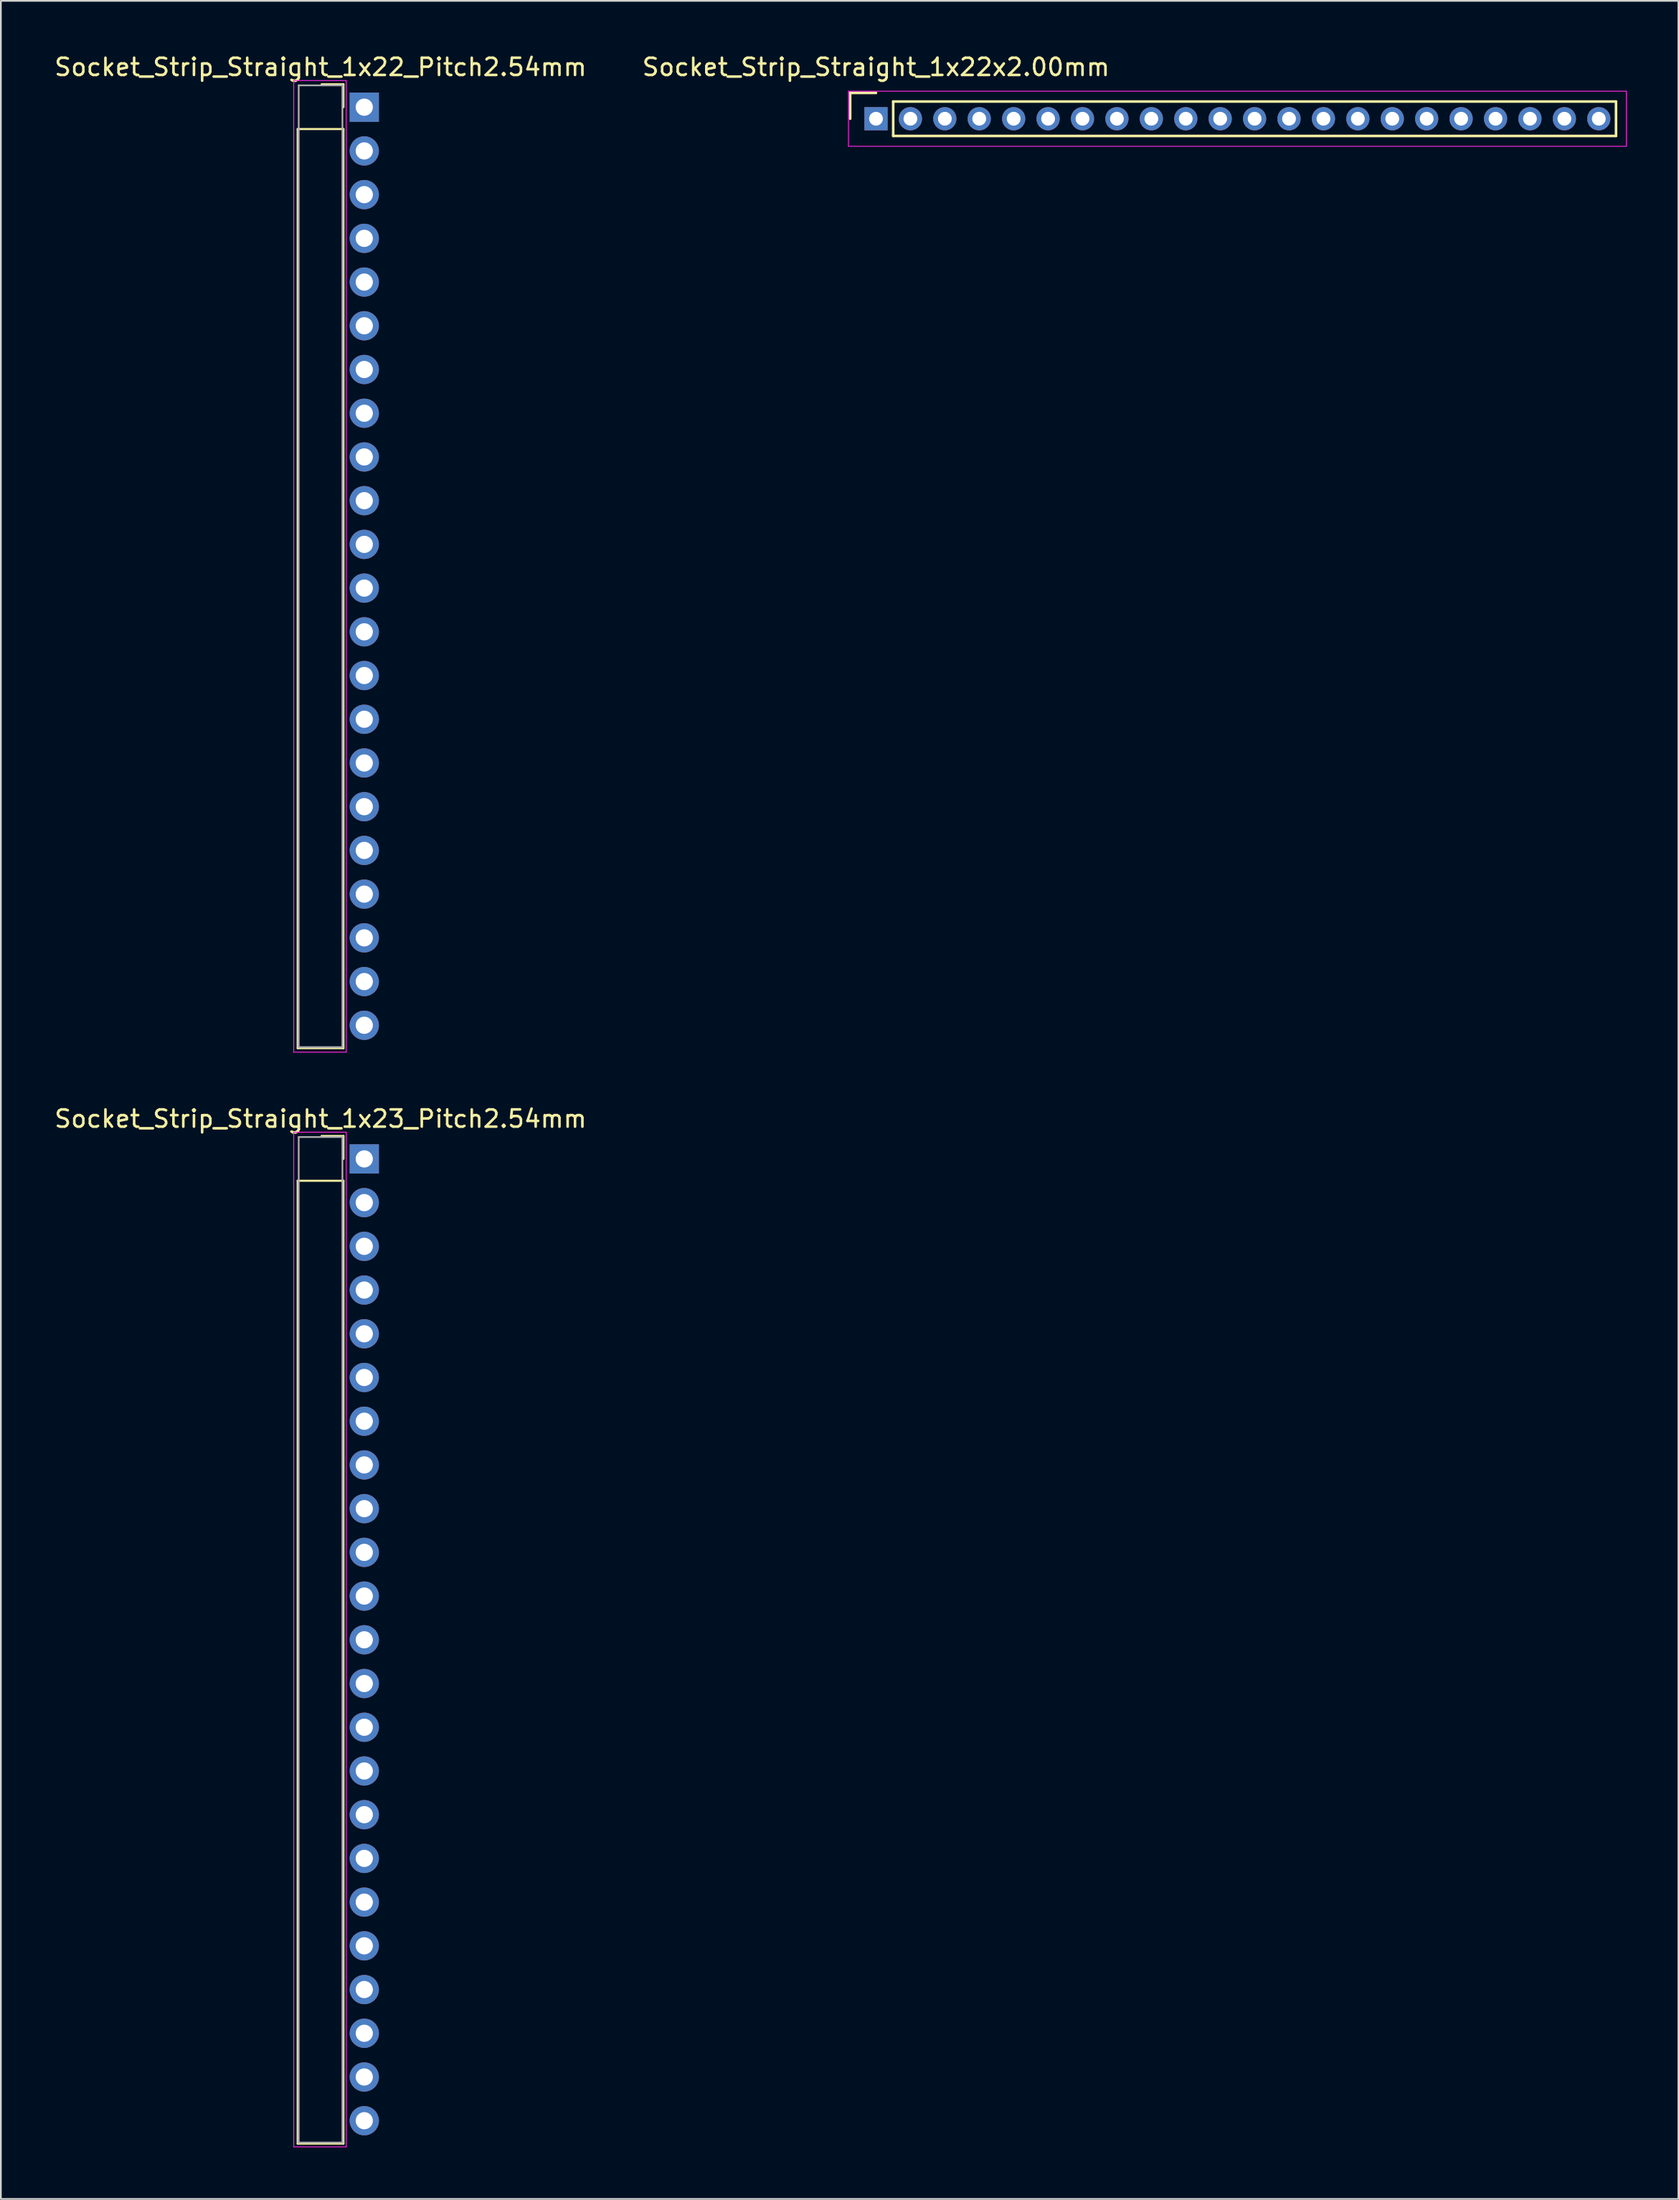
<source format=kicad_pcb>
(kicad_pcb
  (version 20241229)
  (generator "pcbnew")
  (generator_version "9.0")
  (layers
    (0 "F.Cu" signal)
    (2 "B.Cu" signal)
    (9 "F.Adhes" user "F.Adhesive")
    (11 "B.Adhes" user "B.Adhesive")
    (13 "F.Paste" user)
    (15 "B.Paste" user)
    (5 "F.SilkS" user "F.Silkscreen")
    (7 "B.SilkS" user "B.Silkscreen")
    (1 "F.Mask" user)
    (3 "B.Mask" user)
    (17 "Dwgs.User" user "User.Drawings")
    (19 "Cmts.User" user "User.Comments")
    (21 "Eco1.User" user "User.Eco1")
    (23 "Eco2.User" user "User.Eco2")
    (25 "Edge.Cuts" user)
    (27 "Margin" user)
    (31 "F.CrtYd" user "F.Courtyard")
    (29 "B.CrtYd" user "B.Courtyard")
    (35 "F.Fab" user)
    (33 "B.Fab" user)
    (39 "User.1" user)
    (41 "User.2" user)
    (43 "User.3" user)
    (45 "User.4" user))
  (footprint "Socket_Strip_Straight_1x22_Pitch2.54mm"
    (layer "F.Cu")
    (at 18.117 3.178)
    (property "Reference" "Socket_Strip_Straight_1x22_Pitch2.54mm" (at -2.54 -2.33 0) (layer "F.SilkS") (effects (font (size 1 1) (thickness 0.15))))
    (attr through_hole)
    (fp_line (start -3.87 1.27) (end -3.87 54.67) (stroke (width 0.12) (type solid)) (layer "F.SilkS"))
    (fp_line (start -3.87 54.67) (end -1.21 54.67) (stroke (width 0.12) (type solid)) (layer "F.SilkS"))
    (fp_line (start -1.21 -1.33) (end -2.48 -1.33) (stroke (width 0.12) (type solid)) (layer "F.SilkS"))
    (fp_line (start -1.21 0) (end -1.21 -1.33) (stroke (width 0.12) (type solid)) (layer "F.SilkS"))
    (fp_line (start -1.21 1.27) (end -3.87 1.27) (stroke (width 0.12) (type solid)) (layer "F.SilkS"))
    (fp_line (start -1.21 54.67) (end -1.21 1.27) (stroke (width 0.12) (type solid)) (layer "F.SilkS"))
    (fp_line (start -4.1 -1.55) (end -4.1 54.9) (stroke (width 0.05) (type solid)) (layer "F.CrtYd"))
    (fp_line (start -4.1 54.9) (end -1.05 54.9) (stroke (width 0.05) (type solid)) (layer "F.CrtYd"))
    (fp_line (start -1.05 -1.55) (end -4.1 -1.55) (stroke (width 0.05) (type solid)) (layer "F.CrtYd"))
    (fp_line (start -1.05 54.9) (end -1.05 -1.55) (stroke (width 0.05) (type solid)) (layer "F.CrtYd"))
    (fp_line (start -3.81 -1.27) (end -3.81 54.61) (stroke (width 0.1) (type solid)) (layer "F.Fab"))
    (fp_line (start -3.81 54.61) (end -1.27 54.61) (stroke (width 0.1) (type solid)) (layer "F.Fab"))
    (fp_line (start -1.27 -1.27) (end -3.81 -1.27) (stroke (width 0.1) (type solid)) (layer "F.Fab"))
    (fp_line (start -1.27 54.61) (end -1.27 -1.27) (stroke (width 0.1) (type solid)) (layer "F.Fab"))
    (pad "1" thru_hole rect (at 0 0) (size 1.7 1.7) (drill 1) (layers "*.Cu" "*.Mask"))
    (pad "2" thru_hole oval (at 0 2.54) (size 1.7 1.7) (drill 1) (layers "*.Cu" "*.Mask"))
    (pad "3" thru_hole oval (at 0 5.08) (size 1.7 1.7) (drill 1) (layers "*.Cu" "*.Mask"))
    (pad "4" thru_hole oval (at 0 7.62) (size 1.7 1.7) (drill 1) (layers "*.Cu" "*.Mask"))
    (pad "5" thru_hole oval (at 0 10.16) (size 1.7 1.7) (drill 1) (layers "*.Cu" "*.Mask"))
    (pad "6" thru_hole oval (at 0 12.7) (size 1.7 1.7) (drill 1) (layers "*.Cu" "*.Mask"))
    (pad "7" thru_hole oval (at 0 15.24) (size 1.7 1.7) (drill 1) (layers "*.Cu" "*.Mask"))
    (pad "8" thru_hole oval (at 0 17.78) (size 1.7 1.7) (drill 1) (layers "*.Cu" "*.Mask"))
    (pad "9" thru_hole oval (at 0 20.32) (size 1.7 1.7) (drill 1) (layers "*.Cu" "*.Mask"))
    (pad "10" thru_hole oval (at 0 22.86) (size 1.7 1.7) (drill 1) (layers "*.Cu" "*.Mask"))
    (pad "11" thru_hole oval (at 0 25.4) (size 1.7 1.7) (drill 1) (layers "*.Cu" "*.Mask"))
    (pad "12" thru_hole oval (at 0 27.94) (size 1.7 1.7) (drill 1) (layers "*.Cu" "*.Mask"))
    (pad "13" thru_hole oval (at 0 30.48) (size 1.7 1.7) (drill 1) (layers "*.Cu" "*.Mask"))
    (pad "14" thru_hole oval (at 0 33.02) (size 1.7 1.7) (drill 1) (layers "*.Cu" "*.Mask"))
    (pad "15" thru_hole oval (at 0 35.56) (size 1.7 1.7) (drill 1) (layers "*.Cu" "*.Mask"))
    (pad "16" thru_hole oval (at 0 38.1) (size 1.7 1.7) (drill 1) (layers "*.Cu" "*.Mask"))
    (pad "17" thru_hole oval (at 0 40.64) (size 1.7 1.7) (drill 1) (layers "*.Cu" "*.Mask"))
    (pad "18" thru_hole oval (at 0 43.18) (size 1.7 1.7) (drill 1) (layers "*.Cu" "*.Mask"))
    (pad "19" thru_hole oval (at 0 45.72) (size 1.7 1.7) (drill 1) (layers "*.Cu" "*.Mask"))
    (pad "20" thru_hole oval (at 0 48.26) (size 1.7 1.7) (drill 1) (layers "*.Cu" "*.Mask"))
    (pad "21" thru_hole oval (at 0 50.8) (size 1.7 1.7) (drill 1) (layers "*.Cu" "*.Mask"))
    (pad "22" thru_hole oval (at 0 53.34) (size 1.7 1.7) (drill 1) (layers "*.Cu" "*.Mask")))
  (footprint "Socket_Strip_Straight_1x23_Pitch2.54mm"
    (layer "F.Cu")
    (at 18.117 64.281)
    (property "Reference" "Socket_Strip_Straight_1x23_Pitch2.54mm" (at -2.54 -2.33 0) (layer "F.SilkS") (effects (font (size 1 1) (thickness 0.15))))
    (attr through_hole)
    (fp_line (start -3.87 1.27) (end -3.87 57.21) (stroke (width 0.12) (type solid)) (layer "F.SilkS"))
    (fp_line (start -3.87 57.21) (end -1.21 57.21) (stroke (width 0.12) (type solid)) (layer "F.SilkS"))
    (fp_line (start -1.21 -1.33) (end -2.48 -1.33) (stroke (width 0.12) (type solid)) (layer "F.SilkS"))
    (fp_line (start -1.21 0) (end -1.21 -1.33) (stroke (width 0.12) (type solid)) (layer "F.SilkS"))
    (fp_line (start -1.21 1.27) (end -3.87 1.27) (stroke (width 0.12) (type solid)) (layer "F.SilkS"))
    (fp_line (start -1.21 57.21) (end -1.21 1.27) (stroke (width 0.12) (type solid)) (layer "F.SilkS"))
    (fp_line (start -4.1 -1.55) (end -4.1 57.4) (stroke (width 0.05) (type solid)) (layer "F.CrtYd"))
    (fp_line (start -4.1 57.4) (end -1.05 57.4) (stroke (width 0.05) (type solid)) (layer "F.CrtYd"))
    (fp_line (start -1.05 -1.55) (end -4.1 -1.55) (stroke (width 0.05) (type solid)) (layer "F.CrtYd"))
    (fp_line (start -1.05 57.4) (end -1.05 -1.55) (stroke (width 0.05) (type solid)) (layer "F.CrtYd"))
    (fp_line (start -3.81 -1.27) (end -3.81 57.15) (stroke (width 0.1) (type solid)) (layer "F.Fab"))
    (fp_line (start -3.81 57.15) (end -1.27 57.15) (stroke (width 0.1) (type solid)) (layer "F.Fab"))
    (fp_line (start -1.27 -1.27) (end -3.81 -1.27) (stroke (width 0.1) (type solid)) (layer "F.Fab"))
    (fp_line (start -1.27 57.15) (end -1.27 -1.27) (stroke (width 0.1) (type solid)) (layer "F.Fab"))
    (pad "1" thru_hole rect (at 0 0) (size 1.7 1.7) (drill 1) (layers "*.Cu" "*.Mask"))
    (pad "2" thru_hole oval (at 0 2.54) (size 1.7 1.7) (drill 1) (layers "*.Cu" "*.Mask"))
    (pad "3" thru_hole oval (at 0 5.08) (size 1.7 1.7) (drill 1) (layers "*.Cu" "*.Mask"))
    (pad "4" thru_hole oval (at 0 7.62) (size 1.7 1.7) (drill 1) (layers "*.Cu" "*.Mask"))
    (pad "5" thru_hole oval (at 0 10.16) (size 1.7 1.7) (drill 1) (layers "*.Cu" "*.Mask"))
    (pad "6" thru_hole oval (at 0 12.7) (size 1.7 1.7) (drill 1) (layers "*.Cu" "*.Mask"))
    (pad "7" thru_hole oval (at 0 15.24) (size 1.7 1.7) (drill 1) (layers "*.Cu" "*.Mask"))
    (pad "8" thru_hole oval (at 0 17.78) (size 1.7 1.7) (drill 1) (layers "*.Cu" "*.Mask"))
    (pad "9" thru_hole oval (at 0 20.32) (size 1.7 1.7) (drill 1) (layers "*.Cu" "*.Mask"))
    (pad "10" thru_hole oval (at 0 22.86) (size 1.7 1.7) (drill 1) (layers "*.Cu" "*.Mask"))
    (pad "11" thru_hole oval (at 0 25.4) (size 1.7 1.7) (drill 1) (layers "*.Cu" "*.Mask"))
    (pad "12" thru_hole oval (at 0 27.94) (size 1.7 1.7) (drill 1) (layers "*.Cu" "*.Mask"))
    (pad "13" thru_hole oval (at 0 30.48) (size 1.7 1.7) (drill 1) (layers "*.Cu" "*.Mask"))
    (pad "14" thru_hole oval (at 0 33.02) (size 1.7 1.7) (drill 1) (layers "*.Cu" "*.Mask"))
    (pad "15" thru_hole oval (at 0 35.56) (size 1.7 1.7) (drill 1) (layers "*.Cu" "*.Mask"))
    (pad "16" thru_hole oval (at 0 38.1) (size 1.7 1.7) (drill 1) (layers "*.Cu" "*.Mask"))
    (pad "17" thru_hole oval (at 0 40.64) (size 1.7 1.7) (drill 1) (layers "*.Cu" "*.Mask"))
    (pad "18" thru_hole oval (at 0 43.18) (size 1.7 1.7) (drill 1) (layers "*.Cu" "*.Mask"))
    (pad "19" thru_hole oval (at 0 45.72) (size 1.7 1.7) (drill 1) (layers "*.Cu" "*.Mask"))
    (pad "20" thru_hole oval (at 0 48.26) (size 1.7 1.7) (drill 1) (layers "*.Cu" "*.Mask"))
    (pad "21" thru_hole oval (at 0 50.8) (size 1.7 1.7) (drill 1) (layers "*.Cu" "*.Mask"))
    (pad "22" thru_hole oval (at 0 53.34) (size 1.7 1.7) (drill 1) (layers "*.Cu" "*.Mask"))
    (pad "23" thru_hole oval (at 0 55.88) (size 1.7 1.7) (drill 1) (layers "*.Cu" "*.Mask")))
  (footprint "Socket_Strip_Straight_1x22x2.00mm"
    (layer "F.Cu")
    (at 47.851 3.848)
    (property "Reference" "Socket_Strip_Straight_1x22x2.00mm" (at 0 -3 0) (layer "F.SilkS") (effects (font (size 1 1) (thickness 0.15))))
    (attr through_hole)
    (fp_line (start -1.5 -1.5) (end -1.5 0) (stroke (width 0.15) (type solid)) (layer "F.SilkS"))
    (fp_line (start 0 -1.5) (end -1.5 -1.5) (stroke (width 0.15) (type solid)) (layer "F.SilkS"))
    (fp_line (start 1 -1) (end 1 1) (stroke (width 0.15) (type solid)) (layer "F.SilkS"))
    (fp_line (start 1 1) (end 43 1) (stroke (width 0.15) (type solid)) (layer "F.SilkS"))
    (fp_line (start 43 -1) (end 1 -1) (stroke (width 0.15) (type solid)) (layer "F.SilkS"))
    (fp_line (start 43 1) (end 43 -1) (stroke (width 0.15) (type solid)) (layer "F.SilkS"))
    (fp_line (start -1.6 -1.6) (end -1.6 1.6) (stroke (width 0.05) (type solid)) (layer "F.CrtYd"))
    (fp_line (start -1.6 1.6) (end 43.6 1.6) (stroke (width 0.05) (type solid)) (layer "F.CrtYd"))
    (fp_line (start 43.6 -1.6) (end -1.6 -1.6) (stroke (width 0.05) (type solid)) (layer "F.CrtYd"))
    (fp_line (start 43.6 1.6) (end 43.6 -1.6) (stroke (width 0.05) (type solid)) (layer "F.CrtYd"))
    (pad "1" thru_hole rect (at 0 0) (size 1.35 1.35) (drill 0.8) (layers "*.Cu" "*.Mask"))
    (pad "2" thru_hole circle (at 2 0) (size 1.35 1.35) (drill 0.8) (layers "*.Cu" "*.Mask"))
    (pad "3" thru_hole circle (at 4 0) (size 1.35 1.35) (drill 0.8) (layers "*.Cu" "*.Mask"))
    (pad "4" thru_hole circle (at 6 0) (size 1.35 1.35) (drill 0.8) (layers "*.Cu" "*.Mask"))
    (pad "5" thru_hole circle (at 8 0) (size 1.35 1.35) (drill 0.8) (layers "*.Cu" "*.Mask"))
    (pad "6" thru_hole circle (at 10 0) (size 1.35 1.35) (drill 0.8) (layers "*.Cu" "*.Mask"))
    (pad "7" thru_hole circle (at 12 0) (size 1.35 1.35) (drill 0.8) (layers "*.Cu" "*.Mask"))
    (pad "8" thru_hole circle (at 14 0) (size 1.35 1.35) (drill 0.8) (layers "*.Cu" "*.Mask"))
    (pad "9" thru_hole circle (at 16 0) (size 1.35 1.35) (drill 0.8) (layers "*.Cu" "*.Mask"))
    (pad "10" thru_hole circle (at 18 0) (size 1.35 1.35) (drill 0.8) (layers "*.Cu" "*.Mask"))
    (pad "11" thru_hole circle (at 20 0) (size 1.35 1.35) (drill 0.8) (layers "*.Cu" "*.Mask"))
    (pad "12" thru_hole circle (at 22 0) (size 1.35 1.35) (drill 0.8) (layers "*.Cu" "*.Mask"))
    (pad "13" thru_hole circle (at 24 0) (size 1.35 1.35) (drill 0.8) (layers "*.Cu" "*.Mask"))
    (pad "14" thru_hole circle (at 26 0) (size 1.35 1.35) (drill 0.8) (layers "*.Cu" "*.Mask"))
    (pad "15" thru_hole circle (at 28 0) (size 1.35 1.35) (drill 0.8) (layers "*.Cu" "*.Mask"))
    (pad "16" thru_hole circle (at 30 0) (size 1.35 1.35) (drill 0.8) (layers "*.Cu" "*.Mask"))
    (pad "17" thru_hole circle (at 32 0) (size 1.35 1.35) (drill 0.8) (layers "*.Cu" "*.Mask"))
    (pad "18" thru_hole circle (at 34 0) (size 1.35 1.35) (drill 0.8) (layers "*.Cu" "*.Mask"))
    (pad "19" thru_hole circle (at 36 0) (size 1.35 1.35) (drill 0.8) (layers "*.Cu" "*.Mask"))
    (pad "20" thru_hole circle (at 38 0) (size 1.35 1.35) (drill 0.8) (layers "*.Cu" "*.Mask"))
    (pad "21" thru_hole circle (at 40 0) (size 1.35 1.35) (drill 0.8) (layers "*.Cu" "*.Mask"))
    (pad "22" thru_hole circle (at 42 0) (size 1.35 1.35) (drill 0.8) (layers "*.Cu" "*.Mask")))
  (gr_rect
    (start -3 -3)
    (end 94.476 124.707)
    (stroke (width 0.1) (type default))
    (fill no)
    (layer "Edge.Cuts")))
</source>
